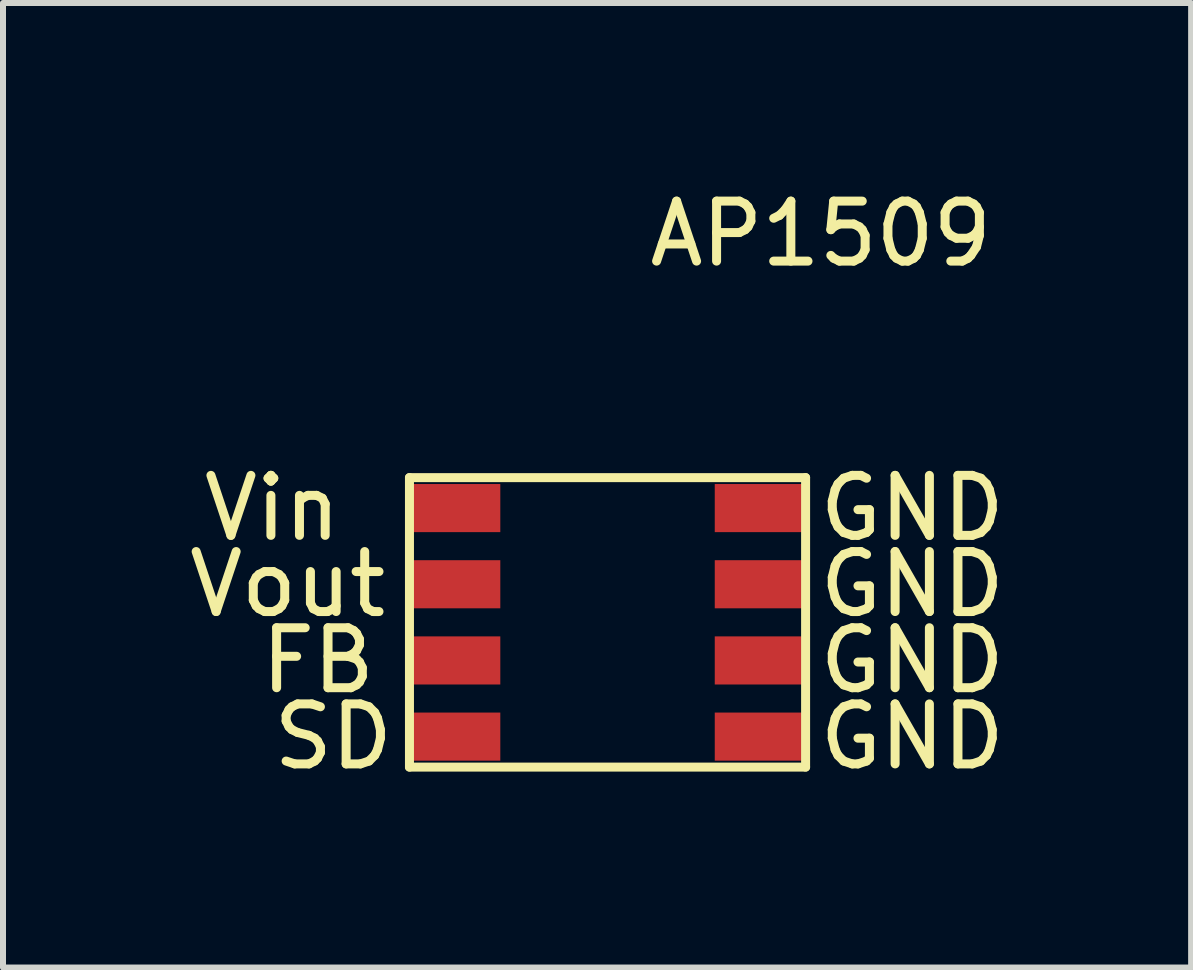
<source format=kicad_pcb>
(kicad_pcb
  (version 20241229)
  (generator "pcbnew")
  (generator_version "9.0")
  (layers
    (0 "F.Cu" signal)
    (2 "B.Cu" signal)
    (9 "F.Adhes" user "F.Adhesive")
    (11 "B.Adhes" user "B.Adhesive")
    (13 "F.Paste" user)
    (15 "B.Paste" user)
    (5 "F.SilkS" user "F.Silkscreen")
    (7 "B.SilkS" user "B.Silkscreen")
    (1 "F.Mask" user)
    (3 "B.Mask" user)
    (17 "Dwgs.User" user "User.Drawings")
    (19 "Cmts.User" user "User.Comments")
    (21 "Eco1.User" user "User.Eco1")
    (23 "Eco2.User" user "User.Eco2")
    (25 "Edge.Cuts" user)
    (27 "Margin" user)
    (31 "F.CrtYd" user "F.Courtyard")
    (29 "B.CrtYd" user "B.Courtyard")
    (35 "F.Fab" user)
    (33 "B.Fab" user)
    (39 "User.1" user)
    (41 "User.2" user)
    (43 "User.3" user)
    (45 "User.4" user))
  (footprint "AP1509"
    (layer "F.Cu")
    (at 10.634 3.642)
    (property "Reference" "AP1509" (at 0 -2.794 0) (layer "F.SilkS") (effects (font (size 1 1) (thickness 0.15))))
    (attr through_hole)
    (fp_line (start -6.858 1.27) (end -6.858 6.096) (stroke (width 0.15) (type solid)) (layer "F.SilkS"))
    (fp_line (start -6.858 6.096) (end -0.254 6.096) (stroke (width 0.15) (type solid)) (layer "F.SilkS"))
    (fp_line (start -0.254 1.27) (end -6.858 1.27) (stroke (width 0.15) (type solid)) (layer "F.SilkS"))
    (fp_line (start -0.254 6.096) (end -0.254 1.27) (stroke (width 0.15) (type solid)) (layer "F.SilkS"))
    (fp_text user "SD" (at -8.128 5.588 0) (layer "F.SilkS") (effects (font (size 1 1) (thickness 0.15))))
    (fp_text user "FB" (at -8.382 4.318 0) (layer "F.SilkS") (effects (font (size 1 1) (thickness 0.15))))
    (fp_text user "Vin" (at -9.144 1.778 0) (layer "F.SilkS") (effects (font (size 1 1) (thickness 0.15))))
    (fp_text user "GND" (at 1.524 3.048 0) (layer "F.SilkS") (effects (font (size 1 1) (thickness 0.15))))
    (fp_text user "GND" (at 1.524 1.778 0) (layer "F.SilkS") (effects (font (size 1 1) (thickness 0.15))))
    (fp_text user "GND" (at 1.524 5.588 0) (layer "F.SilkS") (effects (font (size 1 1) (thickness 0.15))))
    (fp_text user "GND" (at 1.524 4.318 0) (layer "F.SilkS") (effects (font (size 1 1) (thickness 0.15))))
    (fp_text user "Vout" (at -8.89 3.048 0) (layer "F.SilkS") (effects (font (size 1 1) (thickness 0.15))))
    (pad "1" smd rect (at -6.096 1.778 90) (size 0.802 1.505) (layers "F.Cu" "F.Mask" "F.Paste"))
    (pad "2" smd rect (at -6.096 3.048 90) (size 0.802 1.505) (layers "F.Cu" "F.Mask" "F.Paste"))
    (pad "3" smd rect (at -6.096 4.318 90) (size 0.802 1.505) (layers "F.Cu" "F.Mask" "F.Paste"))
    (pad "4" smd rect (at -6.096 5.588 90) (size 0.802 1.505) (layers "F.Cu" "F.Mask" "F.Paste"))
    (pad "5" smd rect (at -1.016 1.778 90) (size 0.802 1.505) (layers "F.Cu" "F.Mask" "F.Paste"))
    (pad "6" smd rect (at -1.016 3.048 90) (size 0.802 1.505) (layers "F.Cu" "F.Mask" "F.Paste"))
    (pad "7" smd rect (at -1.016 4.318 90) (size 0.802 1.505) (layers "F.Cu" "F.Mask" "F.Paste"))
    (pad "8" smd rect (at -1.016 5.588 90) (size 0.802 1.505) (layers "F.Cu" "F.Mask" "F.Paste")))
  (gr_rect
    (start -3 -3)
    (end 16.807 13.079)
    (stroke (width 0.1) (type default))
    (fill no)
    (layer "Edge.Cuts")))
</source>
